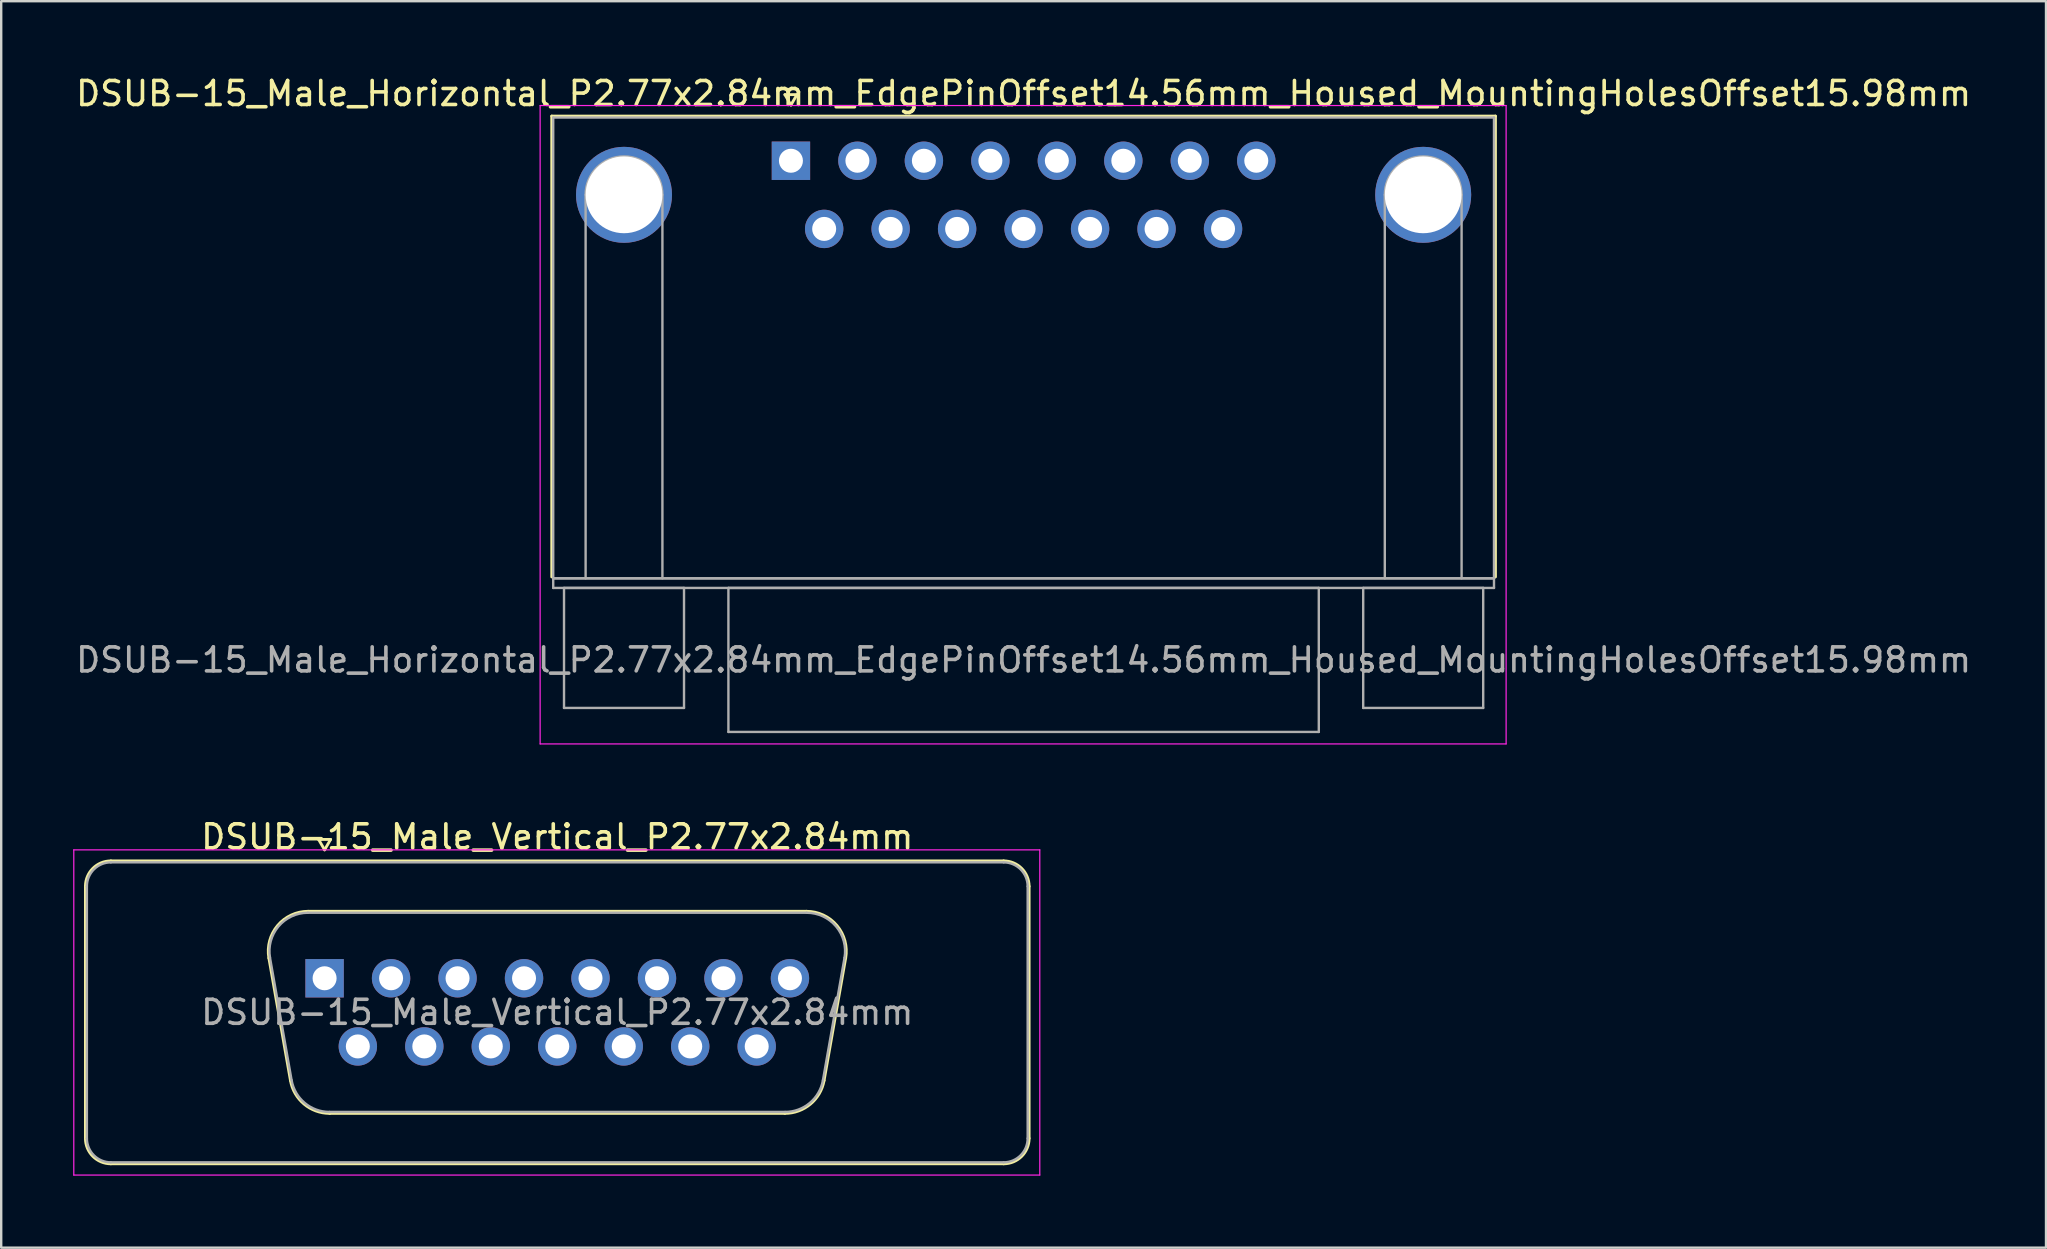
<source format=kicad_pcb>
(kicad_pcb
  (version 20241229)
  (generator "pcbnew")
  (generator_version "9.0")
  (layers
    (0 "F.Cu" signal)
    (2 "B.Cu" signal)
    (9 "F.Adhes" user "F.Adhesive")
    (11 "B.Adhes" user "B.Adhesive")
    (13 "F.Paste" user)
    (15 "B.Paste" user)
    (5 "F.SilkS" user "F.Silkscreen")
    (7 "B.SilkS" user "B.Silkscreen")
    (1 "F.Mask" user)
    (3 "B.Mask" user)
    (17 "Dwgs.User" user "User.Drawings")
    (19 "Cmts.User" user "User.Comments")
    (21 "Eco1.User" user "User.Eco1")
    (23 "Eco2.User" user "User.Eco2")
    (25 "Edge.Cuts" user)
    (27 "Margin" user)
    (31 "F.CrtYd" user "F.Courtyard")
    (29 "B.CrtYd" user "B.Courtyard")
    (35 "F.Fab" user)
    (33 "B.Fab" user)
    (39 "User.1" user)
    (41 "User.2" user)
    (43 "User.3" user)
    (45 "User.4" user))
  (footprint "DSUB-15_Male_Horizontal_P2.77x2.84mm_EdgePinOffset14.56mm_Housed_MountingHolesOffset15.98mm"
    (layer "F.Cu")
    (at 29.906 3.648)
    (property "Reference" "DSUB-15_Male_Horizontal_P2.77x2.84mm_EdgePinOffset14.56mm_Housed_MountingHolesOffset15.98mm" (at 9.695 -2.8 0) (layer "F.SilkS") (effects (font (size 1 1) (thickness 0.15))))
    (attr through_hole)
    (fp_line (start -9.965 -1.86) (end 29.355 -1.86) (stroke (width 0.12) (type solid)) (layer "F.SilkS"))
    (fp_line (start -9.965 17.34) (end -9.965 -1.86) (stroke (width 0.12) (type solid)) (layer "F.SilkS"))
    (fp_line (start -0.25 -2.754) (end 0.25 -2.754) (stroke (width 0.12) (type solid)) (layer "F.SilkS"))
    (fp_line (start 0 -2.321) (end -0.25 -2.754) (stroke (width 0.12) (type solid)) (layer "F.SilkS"))
    (fp_line (start 0.25 -2.754) (end 0 -2.321) (stroke (width 0.12) (type solid)) (layer "F.SilkS"))
    (fp_line (start 29.355 -1.86) (end 29.355 17.34) (stroke (width 0.12) (type solid)) (layer "F.SilkS"))
    (fp_line (start -10.45 -2.3) (end -10.45 24.3) (stroke (width 0.05) (type solid)) (layer "F.CrtYd"))
    (fp_line (start -10.45 24.3) (end 29.8 24.3) (stroke (width 0.05) (type solid)) (layer "F.CrtYd"))
    (fp_line (start 29.8 -2.3) (end -10.45 -2.3) (stroke (width 0.05) (type solid)) (layer "F.CrtYd"))
    (fp_line (start 29.8 24.3) (end 29.8 -2.3) (stroke (width 0.05) (type solid)) (layer "F.CrtYd"))
    (fp_line (start -9.905 -1.8) (end -9.905 17.4) (stroke (width 0.1) (type solid)) (layer "F.Fab"))
    (fp_line (start -9.905 17.4) (end -9.905 17.8) (stroke (width 0.1) (type solid)) (layer "F.Fab"))
    (fp_line (start -9.905 17.4) (end 29.295 17.4) (stroke (width 0.1) (type solid)) (layer "F.Fab"))
    (fp_line (start -9.905 17.8) (end 29.295 17.8) (stroke (width 0.1) (type solid)) (layer "F.Fab"))
    (fp_line (start -9.455 17.8) (end -9.455 22.8) (stroke (width 0.1) (type solid)) (layer "F.Fab"))
    (fp_line (start -9.455 22.8) (end -4.455 22.8) (stroke (width 0.1) (type solid)) (layer "F.Fab"))
    (fp_line (start -8.555 17.4) (end -8.555 1.42) (stroke (width 0.1) (type solid)) (layer "F.Fab"))
    (fp_line (start -5.355 17.4) (end -5.355 1.42) (stroke (width 0.1) (type solid)) (layer "F.Fab"))
    (fp_line (start -4.455 17.8) (end -9.455 17.8) (stroke (width 0.1) (type solid)) (layer "F.Fab"))
    (fp_line (start -4.455 22.8) (end -4.455 17.8) (stroke (width 0.1) (type solid)) (layer "F.Fab"))
    (fp_line (start -2.605 17.8) (end -2.605 23.8) (stroke (width 0.1) (type solid)) (layer "F.Fab"))
    (fp_line (start -2.605 23.8) (end 21.995 23.8) (stroke (width 0.1) (type solid)) (layer "F.Fab"))
    (fp_line (start 21.995 17.8) (end -2.605 17.8) (stroke (width 0.1) (type solid)) (layer "F.Fab"))
    (fp_line (start 21.995 23.8) (end 21.995 17.8) (stroke (width 0.1) (type solid)) (layer "F.Fab"))
    (fp_line (start 23.845 17.8) (end 23.845 22.8) (stroke (width 0.1) (type solid)) (layer "F.Fab"))
    (fp_line (start 23.845 22.8) (end 28.845 22.8) (stroke (width 0.1) (type solid)) (layer "F.Fab"))
    (fp_line (start 24.745 17.4) (end 24.745 1.42) (stroke (width 0.1) (type solid)) (layer "F.Fab"))
    (fp_line (start 27.945 17.4) (end 27.945 1.42) (stroke (width 0.1) (type solid)) (layer "F.Fab"))
    (fp_line (start 28.845 17.8) (end 23.845 17.8) (stroke (width 0.1) (type solid)) (layer "F.Fab"))
    (fp_line (start 28.845 22.8) (end 28.845 17.8) (stroke (width 0.1) (type solid)) (layer "F.Fab"))
    (fp_line (start 29.295 -1.8) (end -9.905 -1.8) (stroke (width 0.1) (type solid)) (layer "F.Fab"))
    (fp_line (start 29.295 17.4) (end -9.905 17.4) (stroke (width 0.1) (type solid)) (layer "F.Fab"))
    (fp_line (start 29.295 17.4) (end 29.295 -1.8) (stroke (width 0.1) (type solid)) (layer "F.Fab"))
    (fp_line (start 29.295 17.8) (end 29.295 17.4) (stroke (width 0.1) (type solid)) (layer "F.Fab"))
    (fp_arc (start -8.555 1.42) (mid -6.955 -0.18) (end -5.355 1.42) (stroke (width 0.1) (type solid)) (layer "F.Fab"))
    (fp_arc (start 24.745 1.42) (mid 26.345 -0.18) (end 27.945 1.42) (stroke (width 0.1) (type solid)) (layer "F.Fab"))
    (fp_text user "${REFERENCE}" (at 9.695 20.8 0) (layer "F.Fab") (effects (font (size 1 1) (thickness 0.15))))
    (pad "0" thru_hole circle (at -6.955 1.42) (size 4 4) (drill 3.2) (layers "*.Cu" "*.Mask"))
    (pad "0" thru_hole circle (at 26.345 1.42) (size 4 4) (drill 3.2) (layers "*.Cu" "*.Mask"))
    (pad "1" thru_hole rect (at 0 0) (size 1.6 1.6) (drill 1) (layers "*.Cu" "*.Mask"))
    (pad "2" thru_hole circle (at 2.77 0) (size 1.6 1.6) (drill 1) (layers "*.Cu" "*.Mask"))
    (pad "3" thru_hole circle (at 5.54 0) (size 1.6 1.6) (drill 1) (layers "*.Cu" "*.Mask"))
    (pad "4" thru_hole circle (at 8.31 0) (size 1.6 1.6) (drill 1) (layers "*.Cu" "*.Mask"))
    (pad "5" thru_hole circle (at 11.08 0) (size 1.6 1.6) (drill 1) (layers "*.Cu" "*.Mask"))
    (pad "6" thru_hole circle (at 13.85 0) (size 1.6 1.6) (drill 1) (layers "*.Cu" "*.Mask"))
    (pad "7" thru_hole circle (at 16.62 0) (size 1.6 1.6) (drill 1) (layers "*.Cu" "*.Mask"))
    (pad "8" thru_hole circle (at 19.39 0) (size 1.6 1.6) (drill 1) (layers "*.Cu" "*.Mask"))
    (pad "9" thru_hole circle (at 1.385 2.84) (size 1.6 1.6) (drill 1) (layers "*.Cu" "*.Mask"))
    (pad "10" thru_hole circle (at 4.155 2.84) (size 1.6 1.6) (drill 1) (layers "*.Cu" "*.Mask"))
    (pad "11" thru_hole circle (at 6.925 2.84) (size 1.6 1.6) (drill 1) (layers "*.Cu" "*.Mask"))
    (pad "12" thru_hole circle (at 9.695 2.84) (size 1.6 1.6) (drill 1) (layers "*.Cu" "*.Mask"))
    (pad "13" thru_hole circle (at 12.465 2.84) (size 1.6 1.6) (drill 1) (layers "*.Cu" "*.Mask"))
    (pad "14" thru_hole circle (at 15.235 2.84) (size 1.6 1.6) (drill 1) (layers "*.Cu" "*.Mask"))
    (pad "15" thru_hole circle (at 18.005 2.84) (size 1.6 1.6) (drill 1) (layers "*.Cu" "*.Mask")))
  (footprint "DSUB-15_Male_Vertical_P2.77x2.84mm"
    (layer "F.Cu")
    (at 10.475 37.712)
    (property "Reference" "DSUB-15_Male_Vertical_P2.77x2.84mm" (at 9.695 -5.89 0) (layer "F.SilkS") (effects (font (size 1 1) (thickness 0.15))))
    (attr through_hole)
    (fp_line (start -9.965 6.67) (end -9.965 -3.83) (stroke (width 0.12) (type solid)) (layer "F.SilkS"))
    (fp_line (start -8.905 -4.89) (end 28.295 -4.89) (stroke (width 0.12) (type solid)) (layer "F.SilkS"))
    (fp_line (start -2.321 -0.842) (end -1.422 4.258) (stroke (width 0.12) (type solid)) (layer "F.SilkS"))
    (fp_line (start -0.687 -2.79) (end 20.077 -2.79) (stroke (width 0.12) (type solid)) (layer "F.SilkS"))
    (fp_line (start -0.25 -5.784) (end 0.25 -5.784) (stroke (width 0.12) (type solid)) (layer "F.SilkS"))
    (fp_line (start 0 -5.351) (end -0.25 -5.784) (stroke (width 0.12) (type solid)) (layer "F.SilkS"))
    (fp_line (start 0.213 5.63) (end 19.177 5.63) (stroke (width 0.12) (type solid)) (layer "F.SilkS"))
    (fp_line (start 0.25 -5.784) (end 0 -5.351) (stroke (width 0.12) (type solid)) (layer "F.SilkS"))
    (fp_line (start 21.711 -0.842) (end 20.812 4.258) (stroke (width 0.12) (type solid)) (layer "F.SilkS"))
    (fp_line (start 28.295 7.73) (end -8.905 7.73) (stroke (width 0.12) (type solid)) (layer "F.SilkS"))
    (fp_line (start 29.355 -3.83) (end 29.355 6.67) (stroke (width 0.12) (type solid)) (layer "F.SilkS"))
    (fp_arc (start -9.965 -3.83) (mid -9.654533 -4.579533) (end -8.905 -4.89) (stroke (width 0.12) (type solid)) (layer "F.SilkS"))
    (fp_arc (start -8.905 7.73) (mid -9.654533 7.419533) (end -9.965 6.67) (stroke (width 0.12) (type solid)) (layer "F.SilkS"))
    (fp_arc (start -2.32147 -0.841744) (mid -1.958323 -2.197028) (end -0.686689 -2.79) (stroke (width 0.12) (type solid)) (layer "F.SilkS"))
    (fp_arc (start 0.212579 5.63) (mid -0.854448 5.241634) (end -1.422202 4.258256) (stroke (width 0.12) (type solid)) (layer "F.SilkS"))
    (fp_arc (start 20.076689 -2.79) (mid 21.348323 -2.197027) (end 21.71147 -0.841744) (stroke (width 0.12) (type solid)) (layer "F.SilkS"))
    (fp_arc (start 20.812202 4.258256) (mid 20.244449 5.241634) (end 19.177421 5.63) (stroke (width 0.12) (type solid)) (layer "F.SilkS"))
    (fp_arc (start 28.295 -4.89) (mid 29.044533 -4.579533) (end 29.355 -3.83) (stroke (width 0.12) (type solid)) (layer "F.SilkS"))
    (fp_arc (start 29.355 6.67) (mid 29.044533 7.419533) (end 28.295 7.73) (stroke (width 0.12) (type solid)) (layer "F.SilkS"))
    (fp_line (start -10.45 -5.35) (end -10.45 8.2) (stroke (width 0.05) (type solid)) (layer "F.CrtYd"))
    (fp_line (start -10.45 8.2) (end 29.8 8.2) (stroke (width 0.05) (type solid)) (layer "F.CrtYd"))
    (fp_line (start 29.8 -5.35) (end -10.45 -5.35) (stroke (width 0.05) (type solid)) (layer "F.CrtYd"))
    (fp_line (start 29.8 8.2) (end 29.8 -5.35) (stroke (width 0.05) (type solid)) (layer "F.CrtYd"))
    (fp_line (start -9.905 6.67) (end -9.905 -3.83) (stroke (width 0.1) (type solid)) (layer "F.Fab"))
    (fp_line (start -8.905 -4.83) (end 28.295 -4.83) (stroke (width 0.1) (type solid)) (layer "F.Fab"))
    (fp_line (start -2.274 -0.852) (end -1.375 4.248) (stroke (width 0.1) (type solid)) (layer "F.Fab"))
    (fp_line (start -0.698 -2.73) (end 20.088 -2.73) (stroke (width 0.1) (type solid)) (layer "F.Fab"))
    (fp_line (start 0.201 5.57) (end 19.189 5.57) (stroke (width 0.1) (type solid)) (layer "F.Fab"))
    (fp_line (start 21.664 -0.852) (end 20.765 4.248) (stroke (width 0.1) (type solid)) (layer "F.Fab"))
    (fp_line (start 28.295 7.67) (end -8.905 7.67) (stroke (width 0.1) (type solid)) (layer "F.Fab"))
    (fp_line (start 29.295 -3.83) (end 29.295 6.67) (stroke (width 0.1) (type solid)) (layer "F.Fab"))
    (fp_arc (start -9.905 -3.83) (mid -9.612107 -4.537107) (end -8.905 -4.83) (stroke (width 0.1) (type solid)) (layer "F.Fab"))
    (fp_arc (start -8.905 7.67) (mid -9.612107 7.377107) (end -9.905 6.67) (stroke (width 0.1) (type solid)) (layer "F.Fab"))
    (fp_arc (start -2.273886 -0.852163) (mid -1.923865 -2.15846) (end -0.698194 -2.73) (stroke (width 0.1) (type solid)) (layer "F.Fab"))
    (fp_arc (start 0.201073 5.57) (mid -0.827387 5.195671) (end -1.374619 4.247837) (stroke (width 0.1) (type solid)) (layer "F.Fab"))
    (fp_arc (start 20.088194 -2.73) (mid 21.313865 -2.15846) (end 21.663886 -0.852163) (stroke (width 0.1) (type solid)) (layer "F.Fab"))
    (fp_arc (start 20.764619 4.247837) (mid 20.217387 5.195671) (end 19.188927 5.57) (stroke (width 0.1) (type solid)) (layer "F.Fab"))
    (fp_arc (start 28.295 -4.83) (mid 29.002107 -4.537107) (end 29.295 -3.83) (stroke (width 0.1) (type solid)) (layer "F.Fab"))
    (fp_arc (start 29.295 6.67) (mid 29.002107 7.377107) (end 28.295 7.67) (stroke (width 0.1) (type solid)) (layer "F.Fab"))
    (fp_text user "${REFERENCE}" (at 9.695 1.42 0) (layer "F.Fab") (effects (font (size 1 1) (thickness 0.15))))
    (pad "1" thru_hole rect (at 0 0) (size 1.6 1.6) (drill 1) (layers "*.Cu" "*.Mask"))
    (pad "2" thru_hole circle (at 2.77 0) (size 1.6 1.6) (drill 1) (layers "*.Cu" "*.Mask"))
    (pad "3" thru_hole circle (at 5.54 0) (size 1.6 1.6) (drill 1) (layers "*.Cu" "*.Mask"))
    (pad "4" thru_hole circle (at 8.31 0) (size 1.6 1.6) (drill 1) (layers "*.Cu" "*.Mask"))
    (pad "5" thru_hole circle (at 11.08 0) (size 1.6 1.6) (drill 1) (layers "*.Cu" "*.Mask"))
    (pad "6" thru_hole circle (at 13.85 0) (size 1.6 1.6) (drill 1) (layers "*.Cu" "*.Mask"))
    (pad "7" thru_hole circle (at 16.62 0) (size 1.6 1.6) (drill 1) (layers "*.Cu" "*.Mask"))
    (pad "8" thru_hole circle (at 19.39 0) (size 1.6 1.6) (drill 1) (layers "*.Cu" "*.Mask"))
    (pad "9" thru_hole circle (at 1.385 2.84) (size 1.6 1.6) (drill 1) (layers "*.Cu" "*.Mask"))
    (pad "10" thru_hole circle (at 4.155 2.84) (size 1.6 1.6) (drill 1) (layers "*.Cu" "*.Mask"))
    (pad "11" thru_hole circle (at 6.925 2.84) (size 1.6 1.6) (drill 1) (layers "*.Cu" "*.Mask"))
    (pad "12" thru_hole circle (at 9.695 2.84) (size 1.6 1.6) (drill 1) (layers "*.Cu" "*.Mask"))
    (pad "13" thru_hole circle (at 12.465 2.84) (size 1.6 1.6) (drill 1) (layers "*.Cu" "*.Mask"))
    (pad "14" thru_hole circle (at 15.235 2.84) (size 1.6 1.6) (drill 1) (layers "*.Cu" "*.Mask"))
    (pad "15" thru_hole circle (at 18.005 2.84) (size 1.6 1.6) (drill 1) (layers "*.Cu" "*.Mask")))
  (gr_rect
    (start -3 -3)
    (end 82.202 48.937)
    (stroke (width 0.1) (type default))
    (fill no)
    (layer "Edge.Cuts")))
</source>
